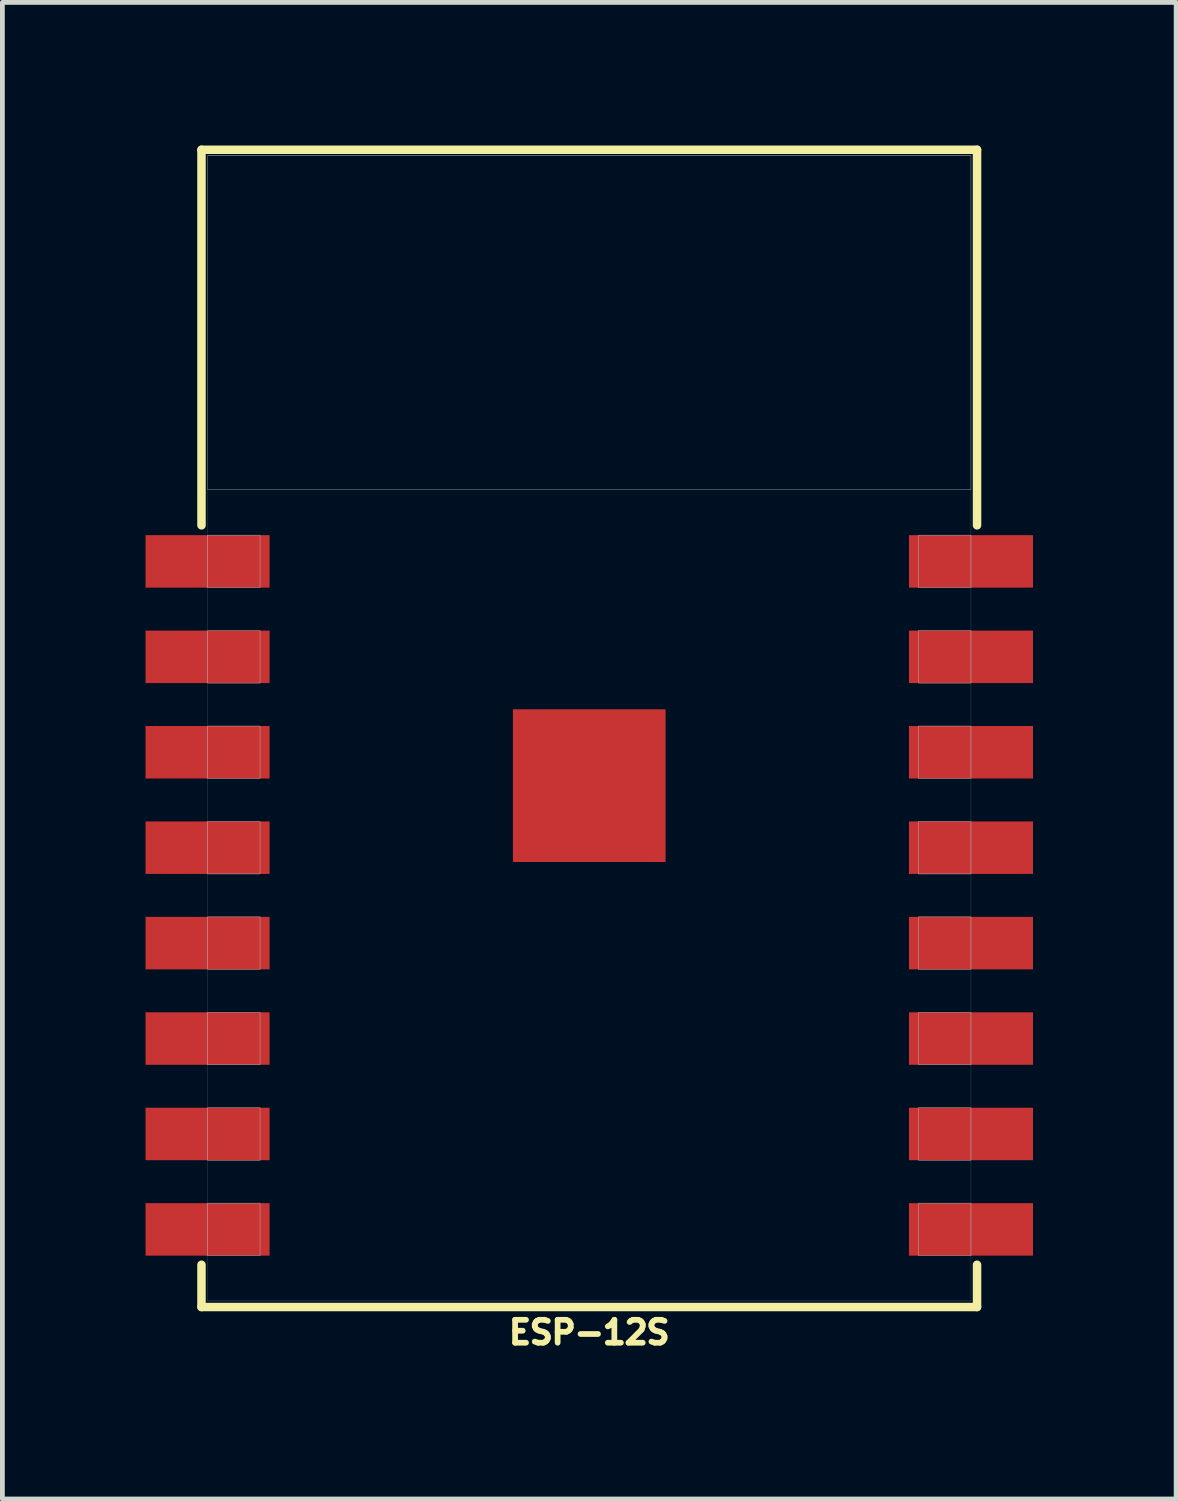
<source format=kicad_pcb>
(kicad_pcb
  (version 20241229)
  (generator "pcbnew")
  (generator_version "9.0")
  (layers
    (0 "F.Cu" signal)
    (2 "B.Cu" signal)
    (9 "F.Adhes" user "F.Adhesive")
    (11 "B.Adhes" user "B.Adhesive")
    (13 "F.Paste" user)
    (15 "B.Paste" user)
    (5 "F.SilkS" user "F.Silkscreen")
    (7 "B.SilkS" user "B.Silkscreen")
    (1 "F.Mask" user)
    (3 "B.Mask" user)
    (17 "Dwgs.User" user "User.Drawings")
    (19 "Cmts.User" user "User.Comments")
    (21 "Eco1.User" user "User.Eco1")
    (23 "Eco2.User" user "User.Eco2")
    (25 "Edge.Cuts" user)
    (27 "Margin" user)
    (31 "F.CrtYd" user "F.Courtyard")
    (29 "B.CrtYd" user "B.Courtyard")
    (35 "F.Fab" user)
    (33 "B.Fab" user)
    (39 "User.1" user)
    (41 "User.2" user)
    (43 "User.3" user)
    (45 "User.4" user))
  (footprint "ESP-12S"
    (layer "F.Cu")
    (at 9.3 12.216)
    (property "Reference" "ESP-12S" (at 0 12.659 0) (layer "F.SilkS") (effects (font (size 0.48 0.48) (thickness 0.15))))
    (attr through_hole)
    (fp_line (start -8.127 -12.127) (end 8.127 -12.127) (stroke (width 0.178) (type solid)) (layer "F.SilkS"))
    (fp_line (start -8.127 -4.256) (end -8.127 -12.127) (stroke (width 0.178) (type solid)) (layer "F.SilkS"))
    (fp_line (start -8.127 12.127) (end -8.127 11.241) (stroke (width 0.178) (type solid)) (layer "F.SilkS"))
    (fp_line (start 8.127 -12.127) (end 8.127 -4.256) (stroke (width 0.178) (type solid)) (layer "F.SilkS"))
    (fp_line (start 8.127 11.241) (end 8.127 12.127) (stroke (width 0.178) (type solid)) (layer "F.SilkS"))
    (fp_line (start 8.127 12.127) (end -8.127 12.127) (stroke (width 0.178) (type solid)) (layer "F.SilkS"))
    (fp_poly (pts (xy -1.016 0.159) (xy 0.984 0.159) (xy 0.984 2.159) (xy -1.016 2.159)) (stroke (width 0.01) (type solid)) (fill yes) (layer "F.Paste"))
    (fp_poly (pts (xy -8 -5) (xy 8 -5) (xy 8 -12) (xy -8 -12)) (stroke (width 0.003) (type solid)) (fill no) (layer "Dwgs.User"))
    (fp_poly (pts (xy 8 -5) (xy -8 -5) (xy -8 -12) (xy 8 -12)) (stroke (width 0.003) (type solid)) (fill no) (layer "Dwgs.User"))
    (fp_line (start -8 -12) (end 8 -12) (stroke (width 0.003) (type solid)) (layer "F.Fab"))
    (fp_line (start -8 12) (end -8 -12) (stroke (width 0.003) (type solid)) (layer "F.Fab"))
    (fp_line (start 8 -12) (end 8 12) (stroke (width 0.003) (type solid)) (layer "F.Fab"))
    (fp_line (start 8 12) (end -8 12) (stroke (width 0.003) (type solid)) (layer "F.Fab"))
    (fp_poly (pts (xy -8 -4.05) (xy -6.9 -4.05) (xy -6.9 -2.95) (xy -8 -2.95)) (stroke (width 0.01) (type solid)) (fill no) (layer "F.Fab"))
    (fp_poly (pts (xy -8 -2.05) (xy -6.9 -2.05) (xy -6.9 -0.95) (xy -8 -0.95)) (stroke (width 0.01) (type solid)) (fill no) (layer "F.Fab"))
    (fp_poly (pts (xy -8 -0.05) (xy -6.9 -0.05) (xy -6.9 1.05) (xy -8 1.05)) (stroke (width 0.01) (type solid)) (fill no) (layer "F.Fab"))
    (fp_poly (pts (xy -8 1.95) (xy -6.9 1.95) (xy -6.9 3.05) (xy -8 3.05)) (stroke (width 0.01) (type solid)) (fill no) (layer "F.Fab"))
    (fp_poly (pts (xy -8 3.95) (xy -6.9 3.95) (xy -6.9 5.05) (xy -8 5.05)) (stroke (width 0.01) (type solid)) (fill no) (layer "F.Fab"))
    (fp_poly (pts (xy -8 5.95) (xy -6.9 5.95) (xy -6.9 7.05) (xy -8 7.05)) (stroke (width 0.01) (type solid)) (fill no) (layer "F.Fab"))
    (fp_poly (pts (xy -8 7.95) (xy -6.9 7.95) (xy -6.9 9.05) (xy -8 9.05)) (stroke (width 0.01) (type solid)) (fill no) (layer "F.Fab"))
    (fp_poly (pts (xy -8 9.95) (xy -6.9 9.95) (xy -6.9 11.05) (xy -8 11.05)) (stroke (width 0.01) (type solid)) (fill no) (layer "F.Fab"))
    (fp_poly (pts (xy 6.9 -4.05) (xy 8 -4.05) (xy 8 -2.95) (xy 6.9 -2.95)) (stroke (width 0.01) (type solid)) (fill no) (layer "F.Fab"))
    (fp_poly (pts (xy 6.9 -2.05) (xy 8 -2.05) (xy 8 -0.95) (xy 6.9 -0.95)) (stroke (width 0.01) (type solid)) (fill no) (layer "F.Fab"))
    (fp_poly (pts (xy 6.9 -0.05) (xy 8 -0.05) (xy 8 1.05) (xy 6.9 1.05)) (stroke (width 0.01) (type solid)) (fill no) (layer "F.Fab"))
    (fp_poly (pts (xy 6.9 1.95) (xy 8 1.95) (xy 8 3.05) (xy 6.9 3.05)) (stroke (width 0.01) (type solid)) (fill no) (layer "F.Fab"))
    (fp_poly (pts (xy 6.9 3.95) (xy 8 3.95) (xy 8 5.05) (xy 6.9 5.05)) (stroke (width 0.01) (type solid)) (fill no) (layer "F.Fab"))
    (fp_poly (pts (xy 6.9 5.95) (xy 8 5.95) (xy 8 7.05) (xy 6.9 7.05)) (stroke (width 0.01) (type solid)) (fill no) (layer "F.Fab"))
    (fp_poly (pts (xy 6.9 7.95) (xy 8 7.95) (xy 8 9.05) (xy 6.9 9.05)) (stroke (width 0.01) (type solid)) (fill no) (layer "F.Fab"))
    (fp_poly (pts (xy 6.9 9.95) (xy 8 9.95) (xy 8 11.05) (xy 6.9 11.05)) (stroke (width 0.01) (type solid)) (fill no) (layer "F.Fab"))
    (pad "1" smd rect (at -8 -3.5) (size 2.6 1.1) (layers "F.Cu" "F.Mask" "F.Paste"))
    (pad "2" smd rect (at -8 -1.5) (size 2.6 1.1) (layers "F.Cu" "F.Mask" "F.Paste"))
    (pad "3" smd rect (at -8 0.5) (size 2.6 1.1) (layers "F.Cu" "F.Mask" "F.Paste"))
    (pad "4" smd rect (at -8 2.5) (size 2.6 1.1) (layers "F.Cu" "F.Mask" "F.Paste"))
    (pad "5" smd rect (at -8 4.5) (size 2.6 1.1) (layers "F.Cu" "F.Mask" "F.Paste"))
    (pad "6" smd rect (at -8 6.5) (size 2.6 1.1) (layers "F.Cu" "F.Mask" "F.Paste"))
    (pad "7" smd rect (at -8 8.5) (size 2.6 1.1) (layers "F.Cu" "F.Mask" "F.Paste"))
    (pad "8" smd rect (at -8 10.5) (size 2.6 1.1) (layers "F.Cu" "F.Mask" "F.Paste"))
    (pad "9" smd rect (at 8 10.5) (size 2.6 1.1) (layers "F.Cu" "F.Mask" "F.Paste"))
    (pad "10" smd rect (at 8 8.5) (size 2.6 1.1) (layers "F.Cu" "F.Mask" "F.Paste"))
    (pad "11" smd rect (at 8 6.5) (size 2.6 1.1) (layers "F.Cu" "F.Mask" "F.Paste"))
    (pad "12" smd rect (at 8 4.5) (size 2.6 1.1) (layers "F.Cu" "F.Mask" "F.Paste"))
    (pad "13" smd rect (at 8 2.5) (size 2.6 1.1) (layers "F.Cu" "F.Mask" "F.Paste"))
    (pad "14" smd rect (at 8 0.5) (size 2.6 1.1) (layers "F.Cu" "F.Mask" "F.Paste"))
    (pad "15" smd rect (at 8 -1.5) (size 2.6 1.1) (layers "F.Cu" "F.Mask" "F.Paste"))
    (pad "16" smd rect (at 8 -3.5) (size 2.6 1.1) (layers "F.Cu" "F.Mask" "F.Paste"))
    (pad "P$1" smd rect (at 0 1.2) (size 3.2 3.2) (layers "F.Cu" "F.Mask")))
  (gr_rect
    (start -3 -3)
    (end 21.6 28.366)
    (stroke (width 0.1) (type default))
    (fill no)
    (layer "Edge.Cuts")))
</source>
